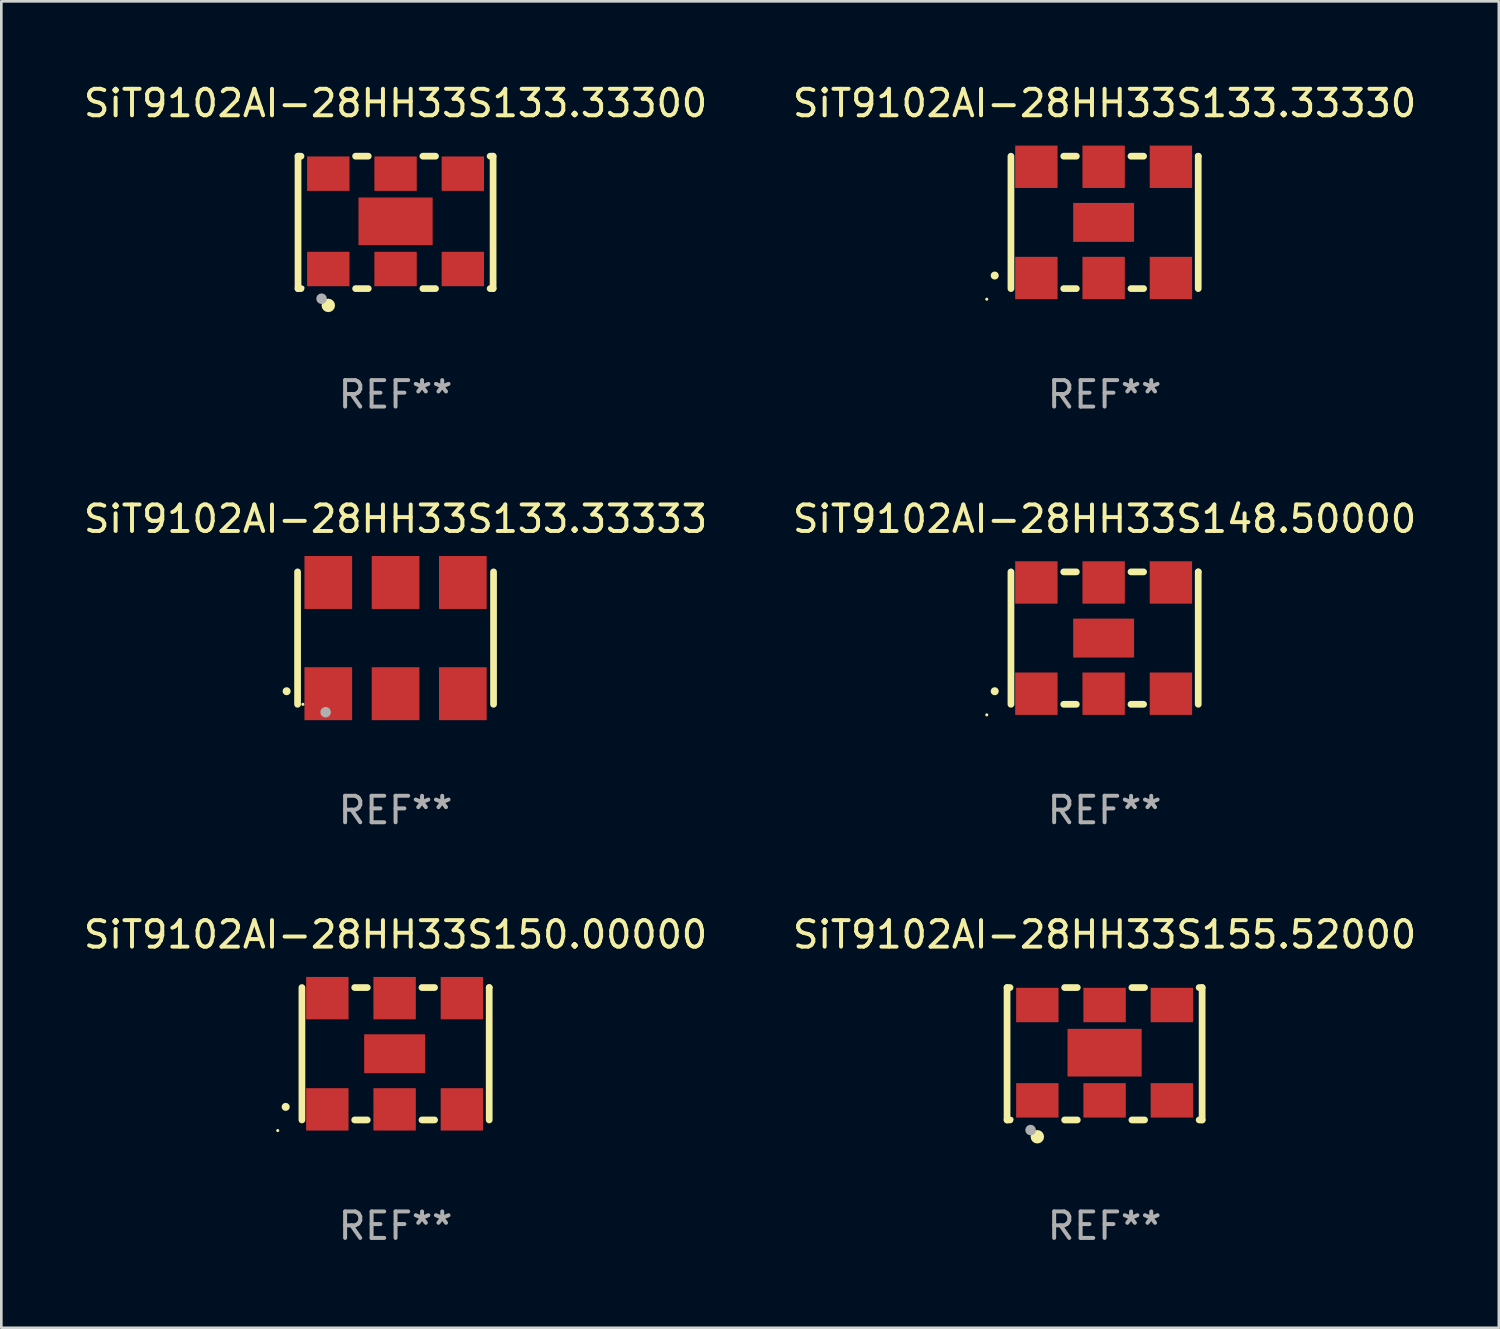
<source format=kicad_pcb>
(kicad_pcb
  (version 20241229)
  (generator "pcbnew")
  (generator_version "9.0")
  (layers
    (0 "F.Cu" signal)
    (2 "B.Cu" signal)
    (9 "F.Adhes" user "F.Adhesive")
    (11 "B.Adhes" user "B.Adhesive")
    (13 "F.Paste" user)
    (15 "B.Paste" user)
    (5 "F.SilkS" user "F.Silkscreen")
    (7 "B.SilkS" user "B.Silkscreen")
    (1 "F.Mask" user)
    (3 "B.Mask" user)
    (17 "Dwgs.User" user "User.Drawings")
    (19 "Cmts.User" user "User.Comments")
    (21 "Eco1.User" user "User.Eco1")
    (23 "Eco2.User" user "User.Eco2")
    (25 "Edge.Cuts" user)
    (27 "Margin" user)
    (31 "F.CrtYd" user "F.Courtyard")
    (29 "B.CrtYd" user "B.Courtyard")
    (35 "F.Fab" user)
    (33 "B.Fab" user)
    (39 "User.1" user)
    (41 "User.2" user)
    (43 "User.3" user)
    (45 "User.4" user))
  (footprint "SiT9102AI-28HH33S133.33330"
    (layer "F.Cu")
    (at 38.661 5.348)
    (property "Reference" "SiT9102AI-28HH33S133.33330" (at 0 -4.5 0) (layer "F.SilkS") (effects (font (size 1 1) (thickness 0.15))))
    (attr through_hole)
    (fp_line (start -3.536 -2.5) (end -3.536 2.5) (stroke (width 0.254) (type solid)) (layer "F.SilkS"))
    (fp_line (start -1.544 2.5) (end -1.067 2.5) (stroke (width 0.254) (type solid)) (layer "F.SilkS"))
    (fp_line (start -1.067 -2.5) (end -1.544 -2.5) (stroke (width 0.254) (type solid)) (layer "F.SilkS"))
    (fp_line (start 0.996 2.5) (end 1.473 2.5) (stroke (width 0.254) (type solid)) (layer "F.SilkS"))
    (fp_line (start 1.473 -2.5) (end 0.996 -2.5) (stroke (width 0.254) (type solid)) (layer "F.SilkS"))
    (fp_line (start 3.536 -2.5) (end 3.536 -2.5) (stroke (width 0.254) (type solid)) (layer "F.SilkS"))
    (fp_line (start 3.536 2.5) (end 3.536 -2.5) (stroke (width 0.254) (type solid)) (layer "F.SilkS"))
    (fp_arc (start -4.150432 2.006604) (mid -4.149162 2.006599) (end -4.147892 2.006604) (stroke (width 0.3) (type solid)) (layer "F.SilkS"))
    (fp_circle (center -4.449 2.9) (end -4.419 2.9) (stroke (width 0.06) (type solid)) (fill no) (layer "F.SilkS"))
    (fp_text user "REF**" (at 0 6.5 0) (layer "F.Fab") (effects (font (size 1 1) (thickness 0.15))))
    (pad "1" smd rect (at -2.576 2.1) (size 1.6 1.6) (layers "F.Cu" "F.Mask" "F.Paste"))
    (pad "2" smd rect (at -0.036 2.1) (size 1.6 1.6) (layers "F.Cu" "F.Mask" "F.Paste"))
    (pad "3" smd rect (at 2.504 2.1) (size 1.6 1.6) (layers "F.Cu" "F.Mask" "F.Paste"))
    (pad "4" smd rect (at 2.504 -2.1) (size 1.6 1.6) (layers "F.Cu" "F.Mask" "F.Paste"))
    (pad "5" smd rect (at -0.036 -2.1) (size 1.6 1.6) (layers "F.Cu" "F.Mask" "F.Paste"))
    (pad "6" smd rect (at -2.576 -2.1) (size 1.6 1.6) (layers "F.Cu" "F.Mask" "F.Paste"))
    (pad "7" smd rect (at -0.036 0) (size 2.3 1.47) (layers "F.Cu" "F.Mask" "F.Paste")))
  (footprint "SiT9102AI-28HH33S148.50000"
    (layer "F.Cu")
    (at 38.661 21.045)
    (property "Reference" "SiT9102AI-28HH33S148.50000" (at 0 -4.5 0) (layer "F.SilkS") (effects (font (size 1 1) (thickness 0.15))))
    (attr through_hole)
    (fp_line (start -3.536 -2.5) (end -3.536 2.5) (stroke (width 0.254) (type solid)) (layer "F.SilkS"))
    (fp_line (start -1.544 2.5) (end -1.067 2.5) (stroke (width 0.254) (type solid)) (layer "F.SilkS"))
    (fp_line (start -1.067 -2.5) (end -1.544 -2.5) (stroke (width 0.254) (type solid)) (layer "F.SilkS"))
    (fp_line (start 0.996 2.5) (end 1.473 2.5) (stroke (width 0.254) (type solid)) (layer "F.SilkS"))
    (fp_line (start 1.473 -2.5) (end 0.996 -2.5) (stroke (width 0.254) (type solid)) (layer "F.SilkS"))
    (fp_line (start 3.536 -2.5) (end 3.536 -2.5) (stroke (width 0.254) (type solid)) (layer "F.SilkS"))
    (fp_line (start 3.536 2.5) (end 3.536 -2.5) (stroke (width 0.254) (type solid)) (layer "F.SilkS"))
    (fp_arc (start -4.150432 2.006604) (mid -4.149162 2.006599) (end -4.147892 2.006604) (stroke (width 0.3) (type solid)) (layer "F.SilkS"))
    (fp_circle (center -4.449 2.9) (end -4.419 2.9) (stroke (width 0.06) (type solid)) (fill no) (layer "F.SilkS"))
    (fp_text user "REF**" (at 0 6.5 0) (layer "F.Fab") (effects (font (size 1 1) (thickness 0.15))))
    (pad "1" smd rect (at -2.576 2.1) (size 1.6 1.6) (layers "F.Cu" "F.Mask" "F.Paste"))
    (pad "2" smd rect (at -0.036 2.1) (size 1.6 1.6) (layers "F.Cu" "F.Mask" "F.Paste"))
    (pad "3" smd rect (at 2.504 2.1) (size 1.6 1.6) (layers "F.Cu" "F.Mask" "F.Paste"))
    (pad "4" smd rect (at 2.504 -2.1) (size 1.6 1.6) (layers "F.Cu" "F.Mask" "F.Paste"))
    (pad "5" smd rect (at -0.036 -2.1) (size 1.6 1.6) (layers "F.Cu" "F.Mask" "F.Paste"))
    (pad "6" smd rect (at -2.576 -2.1) (size 1.6 1.6) (layers "F.Cu" "F.Mask" "F.Paste"))
    (pad "7" smd rect (at -0.036 0) (size 2.3 1.47) (layers "F.Cu" "F.Mask" "F.Paste")))
  (footprint "SiT9102AI-28HH33S133.33333"
    (layer "F.Cu")
    (at 11.887 21.045)
    (property "Reference" "SiT9102AI-28HH33S133.33333" (at 0 -4.5 0) (layer "F.SilkS") (effects (font (size 1 1) (thickness 0.15))))
    (attr through_hole)
    (fp_line (start -3.7 -2.5) (end -3.7 2.5) (stroke (width 0.254) (type solid)) (layer "F.SilkS"))
    (fp_line (start 3.7 -2.5) (end 3.7 2.5) (stroke (width 0.254) (type solid)) (layer "F.SilkS"))
    (fp_arc (start -4.114415 2.006604) (mid -4.113145 2.006599) (end -4.111875 2.006604) (stroke (width 0.3) (type solid)) (layer "F.SilkS"))
    (fp_circle (center -3.5 2.501) (end -3.47 2.501) (stroke (width 0.06) (type solid)) (fill no) (layer "F.SilkS"))
    (fp_circle (center -2.641 2.799) (end -2.541 2.799) (stroke (width 0.2) (type solid)) (fill no) (layer "F.Fab"))
    (fp_text user "REF**" (at 0 6.5 0) (layer "F.Fab") (effects (font (size 1 1) (thickness 0.15))))
    (pad "1" smd rect (at -2.54 2.1) (size 1.8 2) (layers "F.Cu" "F.Mask" "F.Paste"))
    (pad "2" smd rect (at 0.000394 2.1) (size 1.8 2) (layers "F.Cu" "F.Mask" "F.Paste"))
    (pad "3" smd rect (at 2.54 2.1) (size 1.8 2) (layers "F.Cu" "F.Mask" "F.Paste"))
    (pad "4" smd rect (at 2.54 -2.1) (size 1.8 2) (layers "F.Cu" "F.Mask" "F.Paste"))
    (pad "5" smd rect (at 0.000394 -2.1) (size 1.8 2) (layers "F.Cu" "F.Mask" "F.Paste"))
    (pad "6" smd rect (at -2.54 -2.1) (size 1.8 2) (layers "F.Cu" "F.Mask" "F.Paste")))
  (footprint "SiT9102AI-28HH33S150.00000"
    (layer "F.Cu")
    (at 11.887 36.741)
    (property "Reference" "SiT9102AI-28HH33S150.00000" (at 0 -4.5 0) (layer "F.SilkS") (effects (font (size 1 1) (thickness 0.15))))
    (attr through_hole)
    (fp_line (start -3.536 -2.5) (end -3.536 2.5) (stroke (width 0.254) (type solid)) (layer "F.SilkS"))
    (fp_line (start -1.544 2.5) (end -1.067 2.5) (stroke (width 0.254) (type solid)) (layer "F.SilkS"))
    (fp_line (start -1.067 -2.5) (end -1.544 -2.5) (stroke (width 0.254) (type solid)) (layer "F.SilkS"))
    (fp_line (start 0.996 2.5) (end 1.473 2.5) (stroke (width 0.254) (type solid)) (layer "F.SilkS"))
    (fp_line (start 1.473 -2.5) (end 0.996 -2.5) (stroke (width 0.254) (type solid)) (layer "F.SilkS"))
    (fp_line (start 3.536 -2.5) (end 3.536 -2.5) (stroke (width 0.254) (type solid)) (layer "F.SilkS"))
    (fp_line (start 3.536 2.5) (end 3.536 -2.5) (stroke (width 0.254) (type solid)) (layer "F.SilkS"))
    (fp_arc (start -4.150432 2.006604) (mid -4.149162 2.006599) (end -4.147892 2.006604) (stroke (width 0.3) (type solid)) (layer "F.SilkS"))
    (fp_circle (center -4.449 2.9) (end -4.419 2.9) (stroke (width 0.06) (type solid)) (fill no) (layer "F.SilkS"))
    (fp_text user "REF**" (at 0 6.5 0) (layer "F.Fab") (effects (font (size 1 1) (thickness 0.15))))
    (pad "1" smd rect (at -2.576 2.1) (size 1.6 1.6) (layers "F.Cu" "F.Mask" "F.Paste"))
    (pad "2" smd rect (at -0.036 2.1) (size 1.6 1.6) (layers "F.Cu" "F.Mask" "F.Paste"))
    (pad "3" smd rect (at 2.504 2.1) (size 1.6 1.6) (layers "F.Cu" "F.Mask" "F.Paste"))
    (pad "4" smd rect (at 2.504 -2.1) (size 1.6 1.6) (layers "F.Cu" "F.Mask" "F.Paste"))
    (pad "5" smd rect (at -0.036 -2.1) (size 1.6 1.6) (layers "F.Cu" "F.Mask" "F.Paste"))
    (pad "6" smd rect (at -2.576 -2.1) (size 1.6 1.6) (layers "F.Cu" "F.Mask" "F.Paste"))
    (pad "7" smd rect (at -0.036 0) (size 2.3 1.47) (layers "F.Cu" "F.Mask" "F.Paste")))
  (footprint "SiT9102AI-28HH33S133.33300"
    (layer "F.Cu")
    (at 11.887 5.348)
    (property "Reference" "SiT9102AI-28HH33S133.33300" (at 0 -4.5 0) (layer "F.SilkS") (effects (font (size 1 1) (thickness 0.15))))
    (attr through_hole)
    (fp_line (start -3.683 -2.5) (end -3.571 -2.5) (stroke (width 0.254) (type solid)) (layer "F.SilkS"))
    (fp_line (start -3.683 2.5) (end -3.683 -2.5) (stroke (width 0.254) (type solid)) (layer "F.SilkS"))
    (fp_line (start -3.683 2.5) (end -3.571 2.5) (stroke (width 0.254) (type solid)) (layer "F.SilkS"))
    (fp_line (start -1.509 -2.5) (end -1.031 -2.5) (stroke (width 0.254) (type solid)) (layer "F.SilkS"))
    (fp_line (start -1.509 2.5) (end -1.031 2.5) (stroke (width 0.254) (type solid)) (layer "F.SilkS"))
    (fp_line (start 1.031 -2.5) (end 1.509 -2.5) (stroke (width 0.254) (type solid)) (layer "F.SilkS"))
    (fp_line (start 1.031 2.5) (end 1.509 2.5) (stroke (width 0.254) (type solid)) (layer "F.SilkS"))
    (fp_line (start 3.571 -2.5) (end 3.683 -2.5) (stroke (width 0.254) (type solid)) (layer "F.SilkS"))
    (fp_line (start 3.571 2.5) (end 3.683 2.5) (stroke (width 0.254) (type solid)) (layer "F.SilkS"))
    (fp_line (start 3.683 2.5) (end 3.683 -2.5) (stroke (width 0.254) (type solid)) (layer "F.SilkS"))
    (fp_circle (center -3.5 2.46) (end -3.47 2.46) (stroke (width 0.06) (type solid)) (fill no) (layer "F.SilkS"))
    (fp_circle (center -2.54 3.135) (end -2.413 3.135) (stroke (width 0.254) (type solid)) (fill no) (layer "F.SilkS"))
    (fp_circle (center -2.794 2.881) (end -2.694 2.881) (stroke (width 0.2) (type solid)) (fill no) (layer "F.Fab"))
    (fp_text user "REF**" (at 0 6.5 0) (layer "F.Fab") (effects (font (size 1 1) (thickness 0.15))))
    (pad "1" smd rect (at -2.54 1.76) (size 1.6 1.3) (layers "F.Cu" "F.Mask" "F.Paste"))
    (pad "2" smd rect (at 0 1.76) (size 1.6 1.3) (layers "F.Cu" "F.Mask" "F.Paste"))
    (pad "3" smd rect (at 2.54 1.76) (size 1.6 1.3) (layers "F.Cu" "F.Mask" "F.Paste"))
    (pad "4" smd rect (at 2.54 -1.84) (size 1.6 1.3) (layers "F.Cu" "F.Mask" "F.Paste"))
    (pad "5" smd rect (at 0 -1.84) (size 1.6 1.3) (layers "F.Cu" "F.Mask" "F.Paste"))
    (pad "6" smd rect (at -2.54 -1.84) (size 1.6 1.3) (layers "F.Cu" "F.Mask" "F.Paste"))
    (pad "7" smd rect (at 0 -0.04) (size 2.8 1.8) (layers "F.Cu" "F.Mask" "F.Paste")))
  (footprint "SiT9102AI-28HH33S155.52000"
    (layer "F.Cu")
    (at 38.661 36.741)
    (property "Reference" "SiT9102AI-28HH33S155.52000" (at 0 -4.5 0) (layer "F.SilkS") (effects (font (size 1 1) (thickness 0.15))))
    (attr through_hole)
    (fp_line (start -3.683 -2.5) (end -3.571 -2.5) (stroke (width 0.254) (type solid)) (layer "F.SilkS"))
    (fp_line (start -3.683 2.5) (end -3.683 -2.5) (stroke (width 0.254) (type solid)) (layer "F.SilkS"))
    (fp_line (start -3.683 2.5) (end -3.571 2.5) (stroke (width 0.254) (type solid)) (layer "F.SilkS"))
    (fp_line (start -1.509 -2.5) (end -1.031 -2.5) (stroke (width 0.254) (type solid)) (layer "F.SilkS"))
    (fp_line (start -1.509 2.5) (end -1.031 2.5) (stroke (width 0.254) (type solid)) (layer "F.SilkS"))
    (fp_line (start 1.031 -2.5) (end 1.509 -2.5) (stroke (width 0.254) (type solid)) (layer "F.SilkS"))
    (fp_line (start 1.031 2.5) (end 1.509 2.5) (stroke (width 0.254) (type solid)) (layer "F.SilkS"))
    (fp_line (start 3.571 -2.5) (end 3.683 -2.5) (stroke (width 0.254) (type solid)) (layer "F.SilkS"))
    (fp_line (start 3.571 2.5) (end 3.683 2.5) (stroke (width 0.254) (type solid)) (layer "F.SilkS"))
    (fp_line (start 3.683 2.5) (end 3.683 -2.5) (stroke (width 0.254) (type solid)) (layer "F.SilkS"))
    (fp_circle (center -3.5 2.46) (end -3.47 2.46) (stroke (width 0.06) (type solid)) (fill no) (layer "F.SilkS"))
    (fp_circle (center -2.54 3.135) (end -2.413 3.135) (stroke (width 0.254) (type solid)) (fill no) (layer "F.SilkS"))
    (fp_circle (center -2.794 2.881) (end -2.694 2.881) (stroke (width 0.2) (type solid)) (fill no) (layer "F.Fab"))
    (fp_text user "REF**" (at 0 6.5 0) (layer "F.Fab") (effects (font (size 1 1) (thickness 0.15))))
    (pad "1" smd rect (at -2.54 1.76) (size 1.6 1.3) (layers "F.Cu" "F.Mask" "F.Paste"))
    (pad "2" smd rect (at 0 1.76) (size 1.6 1.3) (layers "F.Cu" "F.Mask" "F.Paste"))
    (pad "3" smd rect (at 2.54 1.76) (size 1.6 1.3) (layers "F.Cu" "F.Mask" "F.Paste"))
    (pad "4" smd rect (at 2.54 -1.84) (size 1.6 1.3) (layers "F.Cu" "F.Mask" "F.Paste"))
    (pad "5" smd rect (at 0 -1.84) (size 1.6 1.3) (layers "F.Cu" "F.Mask" "F.Paste"))
    (pad "6" smd rect (at -2.54 -1.84) (size 1.6 1.3) (layers "F.Cu" "F.Mask" "F.Paste"))
    (pad "7" smd rect (at 0 -0.04) (size 2.8 1.8) (layers "F.Cu" "F.Mask" "F.Paste")))
  (gr_rect
    (start -3 -3)
    (end 53.548 47.09)
    (stroke (width 0.1) (type default))
    (fill no)
    (layer "Edge.Cuts")))
</source>
